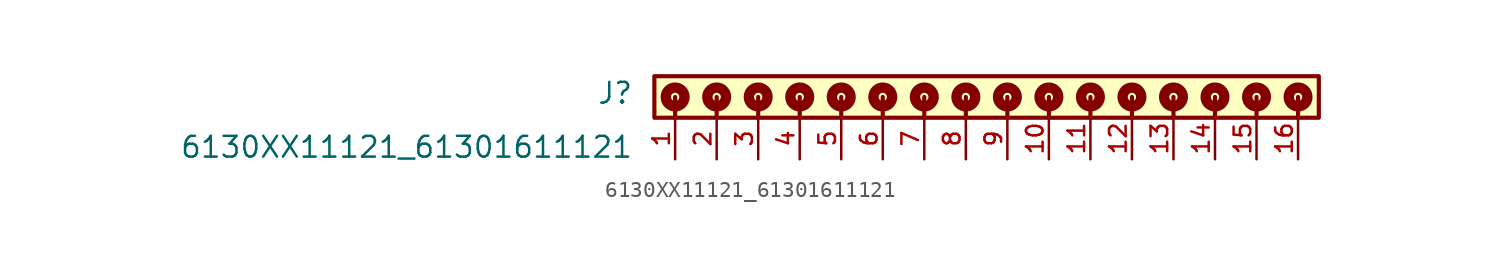
<source format=kicad_sym>
(kicad_symbol_lib
  (version 20241209)
  (generator "kicad_symbol_editor")
  (generator_version "9.0")
  (symbol "6130XX11121_61301611121"
    (pin_names
      (offset 1.016))
    (property "Reference" "J"
      (at -20.32 -1.778 0)
      (effects (font (size 1.27 1.27)) (justify right bottom)))
    (property "Value" "6130XX11121_61301611121"
      (at -20.32 -5.08 0)
      (effects (font (size 1.27 1.27)) (justify right bottom)))
    (symbol "6130XX11121_61301611121_0_0"
      (rectangle (start -19.05 -2.54) (end 21.59 0) (stroke (width 0.254) (type default)) (fill (type background)))
      (circle (center -17.78 -1.27) (radius 0.254) (stroke (width 0.635) (type default)) (fill (type none)))
      (polyline (pts (xy -17.78 -1.27) (xy -17.78 -2.54)) (stroke (width 0.254) (type default)) (fill (type none)))
      (circle (center -15.24 -1.27) (radius 0.254) (stroke (width 0.635) (type default)) (fill (type none)))
      (polyline (pts (xy -15.24 -1.27) (xy -15.24 -2.54)) (stroke (width 0.254) (type default)) (fill (type none)))
      (circle (center -12.7 -1.27) (radius 0.254) (stroke (width 0.635) (type default)) (fill (type none)))
      (polyline (pts (xy -12.7 -1.27) (xy -12.7 -2.54)) (stroke (width 0.254) (type default)) (fill (type none)))
      (circle (center -10.16 -1.27) (radius 0.254) (stroke (width 0.635) (type default)) (fill (type none)))
      (polyline (pts (xy -10.16 -1.27) (xy -10.16 -2.54)) (stroke (width 0.254) (type default)) (fill (type none)))
      (circle (center -7.62 -1.27) (radius 0.254) (stroke (width 0.635) (type default)) (fill (type none)))
      (polyline (pts (xy -7.62 -1.27) (xy -7.62 -2.54)) (stroke (width 0.254) (type default)) (fill (type none)))
      (circle (center -5.08 -1.27) (radius 0.254) (stroke (width 0.635) (type default)) (fill (type none)))
      (polyline (pts (xy -5.08 -1.27) (xy -5.08 -2.54)) (stroke (width 0.254) (type default)) (fill (type none)))
      (circle (center -2.54 -1.27) (radius 0.254) (stroke (width 0.635) (type default)) (fill (type none)))
      (polyline (pts (xy -2.54 -1.27) (xy -2.54 -2.54)) (stroke (width 0.254) (type default)) (fill (type none)))
      (polyline (pts (xy 0 -1.27) (xy 0 -2.54)) (stroke (width 0.254) (type default)) (fill (type none)))
      (circle (center 0 -1.27) (radius 0.254) (stroke (width 0.635) (type default)) (fill (type none)))
      (polyline (pts (xy 2.54 -1.27) (xy 2.54 -2.54)) (stroke (width 0.254) (type default)) (fill (type none)))
      (circle (center 2.54 -1.27) (radius 0.254) (stroke (width 0.635) (type default)) (fill (type none)))
      (polyline (pts (xy 5.08 -1.27) (xy 5.08 -2.54)) (stroke (width 0.254) (type default)) (fill (type none)))
      (circle (center 5.08 -1.27) (radius 0.254) (stroke (width 0.635) (type default)) (fill (type none)))
      (polyline (pts (xy 7.62 -1.27) (xy 7.62 -2.54)) (stroke (width 0.254) (type default)) (fill (type none)))
      (circle (center 7.62 -1.27) (radius 0.254) (stroke (width 0.635) (type default)) (fill (type none)))
      (polyline (pts (xy 10.16 -1.27) (xy 10.16 -2.54)) (stroke (width 0.254) (type default)) (fill (type none)))
      (circle (center 10.16 -1.27) (radius 0.254) (stroke (width 0.635) (type default)) (fill (type none)))
      (polyline (pts (xy 12.7 -1.27) (xy 12.7 -2.54)) (stroke (width 0.254) (type default)) (fill (type none)))
      (circle (center 12.7 -1.27) (radius 0.254) (stroke (width 0.635) (type default)) (fill (type none)))
      (polyline (pts (xy 15.24 -1.27) (xy 15.24 -2.54)) (stroke (width 0.254) (type default)) (fill (type none)))
      (circle (center 15.24 -1.27) (radius 0.254) (stroke (width 0.635) (type default)) (fill (type none)))
      (polyline (pts (xy 17.78 -1.27) (xy 17.78 -2.54)) (stroke (width 0.254) (type default)) (fill (type none)))
      (circle (center 17.78 -1.27) (radius 0.254) (stroke (width 0.635) (type default)) (fill (type none)))
      (polyline (pts (xy 20.32 -1.27) (xy 20.32 -2.54)) (stroke (width 0.254) (type default)) (fill (type none)))
      (circle (center 20.32 -1.27) (radius 0.254) (stroke (width 0.635) (type default)) (fill (type none)))
      (pin passive line (at -17.78 -5.08 90) (length 2.54) (name "~" (effects (font (size 1.016 1.016)))) (number "1" (effects (font (size 1.016 1.016)))))
      (pin passive line (at -15.24 -5.08 90) (length 2.54) (name "~" (effects (font (size 1.016 1.016)))) (number "2" (effects (font (size 1.016 1.016)))))
      (pin passive line (at -12.7 -5.08 90) (length 2.54) (name "~" (effects (font (size 1.016 1.016)))) (number "3" (effects (font (size 1.016 1.016)))))
      (pin passive line (at -10.16 -5.08 90) (length 2.54) (name "~" (effects (font (size 1.016 1.016)))) (number "4" (effects (font (size 1.016 1.016)))))
      (pin passive line (at -7.62 -5.08 90) (length 2.54) (name "~" (effects (font (size 1.016 1.016)))) (number "5" (effects (font (size 1.016 1.016)))))
      (pin passive line (at -5.08 -5.08 90) (length 2.54) (name "~" (effects (font (size 1.016 1.016)))) (number "6" (effects (font (size 1.016 1.016)))))
      (pin passive line (at -2.54 -5.08 90) (length 2.54) (name "~" (effects (font (size 1.016 1.016)))) (number "7" (effects (font (size 1.016 1.016)))))
      (pin passive line (at 0 -5.08 90) (length 2.54) (name "~" (effects (font (size 1.016 1.016)))) (number "8" (effects (font (size 1.016 1.016)))))
      (pin passive line (at 2.54 -5.08 90) (length 2.54) (name "~" (effects (font (size 1.016 1.016)))) (number "9" (effects (font (size 1.016 1.016)))))
      (pin passive line (at 5.08 -5.08 90) (length 2.54) (name "~" (effects (font (size 1.016 1.016)))) (number "10" (effects (font (size 1.016 1.016)))))
      (pin passive line (at 7.62 -5.08 90) (length 2.54) (name "~" (effects (font (size 1.016 1.016)))) (number "11" (effects (font (size 1.016 1.016)))))
      (pin passive line (at 10.16 -5.08 90) (length 2.54) (name "~" (effects (font (size 1.016 1.016)))) (number "12" (effects (font (size 1.016 1.016)))))
      (pin passive line (at 12.7 -5.08 90) (length 2.54) (name "~" (effects (font (size 1.016 1.016)))) (number "13" (effects (font (size 1.016 1.016)))))
      (pin passive line (at 15.24 -5.08 90) (length 2.54) (name "~" (effects (font (size 1.016 1.016)))) (number "14" (effects (font (size 1.016 1.016)))))
      (pin passive line (at 17.78 -5.08 90) (length 2.54) (name "~" (effects (font (size 1.016 1.016)))) (number "15" (effects (font (size 1.016 1.016)))))
      (pin passive line (at 20.32 -5.08 90) (length 2.54) (name "~" (effects (font (size 1.016 1.016)))) (number "16" (effects (font (size 1.016 1.016))))))))
</source>
